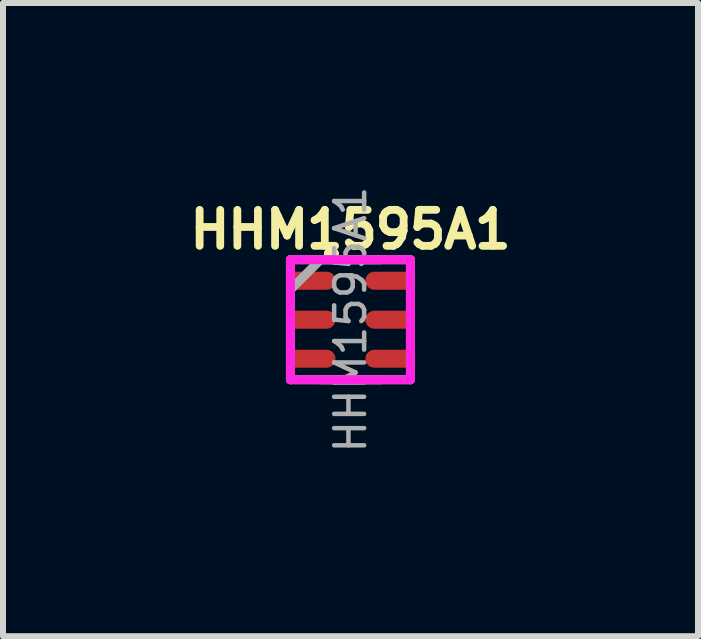
<source format=kicad_pcb>
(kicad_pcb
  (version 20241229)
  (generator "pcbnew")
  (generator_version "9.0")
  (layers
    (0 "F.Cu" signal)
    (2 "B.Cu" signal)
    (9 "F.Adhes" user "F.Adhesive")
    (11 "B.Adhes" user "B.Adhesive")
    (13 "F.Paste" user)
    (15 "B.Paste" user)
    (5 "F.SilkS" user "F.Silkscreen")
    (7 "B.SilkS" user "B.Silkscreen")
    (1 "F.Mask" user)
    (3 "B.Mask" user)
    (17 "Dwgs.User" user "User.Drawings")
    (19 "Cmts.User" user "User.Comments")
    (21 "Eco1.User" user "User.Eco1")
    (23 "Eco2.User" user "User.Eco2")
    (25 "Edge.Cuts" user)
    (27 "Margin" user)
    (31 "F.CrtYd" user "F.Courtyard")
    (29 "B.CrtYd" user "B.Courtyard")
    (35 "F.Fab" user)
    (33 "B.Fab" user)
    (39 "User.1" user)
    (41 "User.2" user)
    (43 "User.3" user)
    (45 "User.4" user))
  (footprint "HHM1595A1"
    (layer "F.Cu")
    (at 2.792 2.277)
    (property "Reference" "HHM1595A1" (at 0 -1.5 180) (layer "F.SilkS") (effects (font (size 0.6 0.6) (thickness 0.13))))
    (property "Value" "${VALUE}" (at 0.8 0 90) (layer "F.Fab") (hide yes) (effects (font (size 0.2 0.2) (thickness 0.04))))
    (attr through_hole)
    (fp_line (start 0.499 -0.998) (end -0.501 -0.998) (stroke (width 0.15) (type solid)) (layer "F.SilkS"))
    (fp_line (start 0.499 1.002) (end -0.501 1.002) (stroke (width 0.15) (type solid)) (layer "F.SilkS"))
    (fp_line (start -1.001 -0.998) (end -1.001 1.002) (stroke (width 0.15) (type solid)) (layer "F.CrtYd"))
    (fp_line (start -1.001 1.002) (end 0.999 1.002) (stroke (width 0.15) (type solid)) (layer "F.CrtYd"))
    (fp_line (start 0.999 -0.998) (end -1.001 -0.998) (stroke (width 0.15) (type solid)) (layer "F.CrtYd"))
    (fp_line (start 0.999 -0.998) (end 0.999 1.002) (stroke (width 0.15) (type solid)) (layer "F.CrtYd"))
    (fp_line (start -1.001 -0.998) (end -1.001 1.002) (stroke (width 0.15) (type solid)) (layer "F.Fab"))
    (fp_line (start -1.001 -0.498) (end -0.501 -0.998) (stroke (width 0.15) (type solid)) (layer "F.Fab"))
    (fp_line (start -1.001 1.002) (end 0.999 1.002) (stroke (width 0.15) (type solid)) (layer "F.Fab"))
    (fp_line (start 0.999 -0.998) (end -1.001 -0.998) (stroke (width 0.15) (type solid)) (layer "F.Fab"))
    (fp_line (start 0.999 -0.998) (end 0.999 1.002) (stroke (width 0.15) (type solid)) (layer "F.Fab"))
    (fp_text user "." (at -0.6 -1.1 270) (layer "F.SilkS") (effects (font (size 0.7 0.7) (thickness 0.175))))
    (fp_text user "${REFERENCE}" (at 0 0 90) (layer "F.Fab") (effects (font (size 0.5 0.5) (thickness 0.075))))
    (pad "1" smd oval (at -0.651 -0.648 270) (size 0.3 0.8) (layers "F.Cu" "F.Mask" "F.Paste"))
    (pad "2" smd oval (at -0.651 0.002 270) (size 0.3 0.8) (layers "F.Cu" "F.Mask" "F.Paste"))
    (pad "3" smd oval (at -0.651 0.652 270) (size 0.3 0.8) (layers "F.Cu" "F.Mask" "F.Paste"))
    (pad "4" smd oval (at 0.649 0.652 270) (size 0.3 0.8) (layers "F.Cu" "F.Mask" "F.Paste"))
    (pad "5" smd oval (at 0.649 0.002 270) (size 0.3 0.8) (layers "F.Cu" "F.Mask" "F.Paste"))
    (pad "6" smd oval (at 0.649 -0.648 270) (size 0.3 0.8) (layers "F.Cu" "F.Mask" "F.Paste")))
  (gr_rect
    (start -3 -3)
    (end 8.584 7.554)
    (stroke (width 0.1) (type default))
    (fill no)
    (layer "Edge.Cuts")))
</source>
